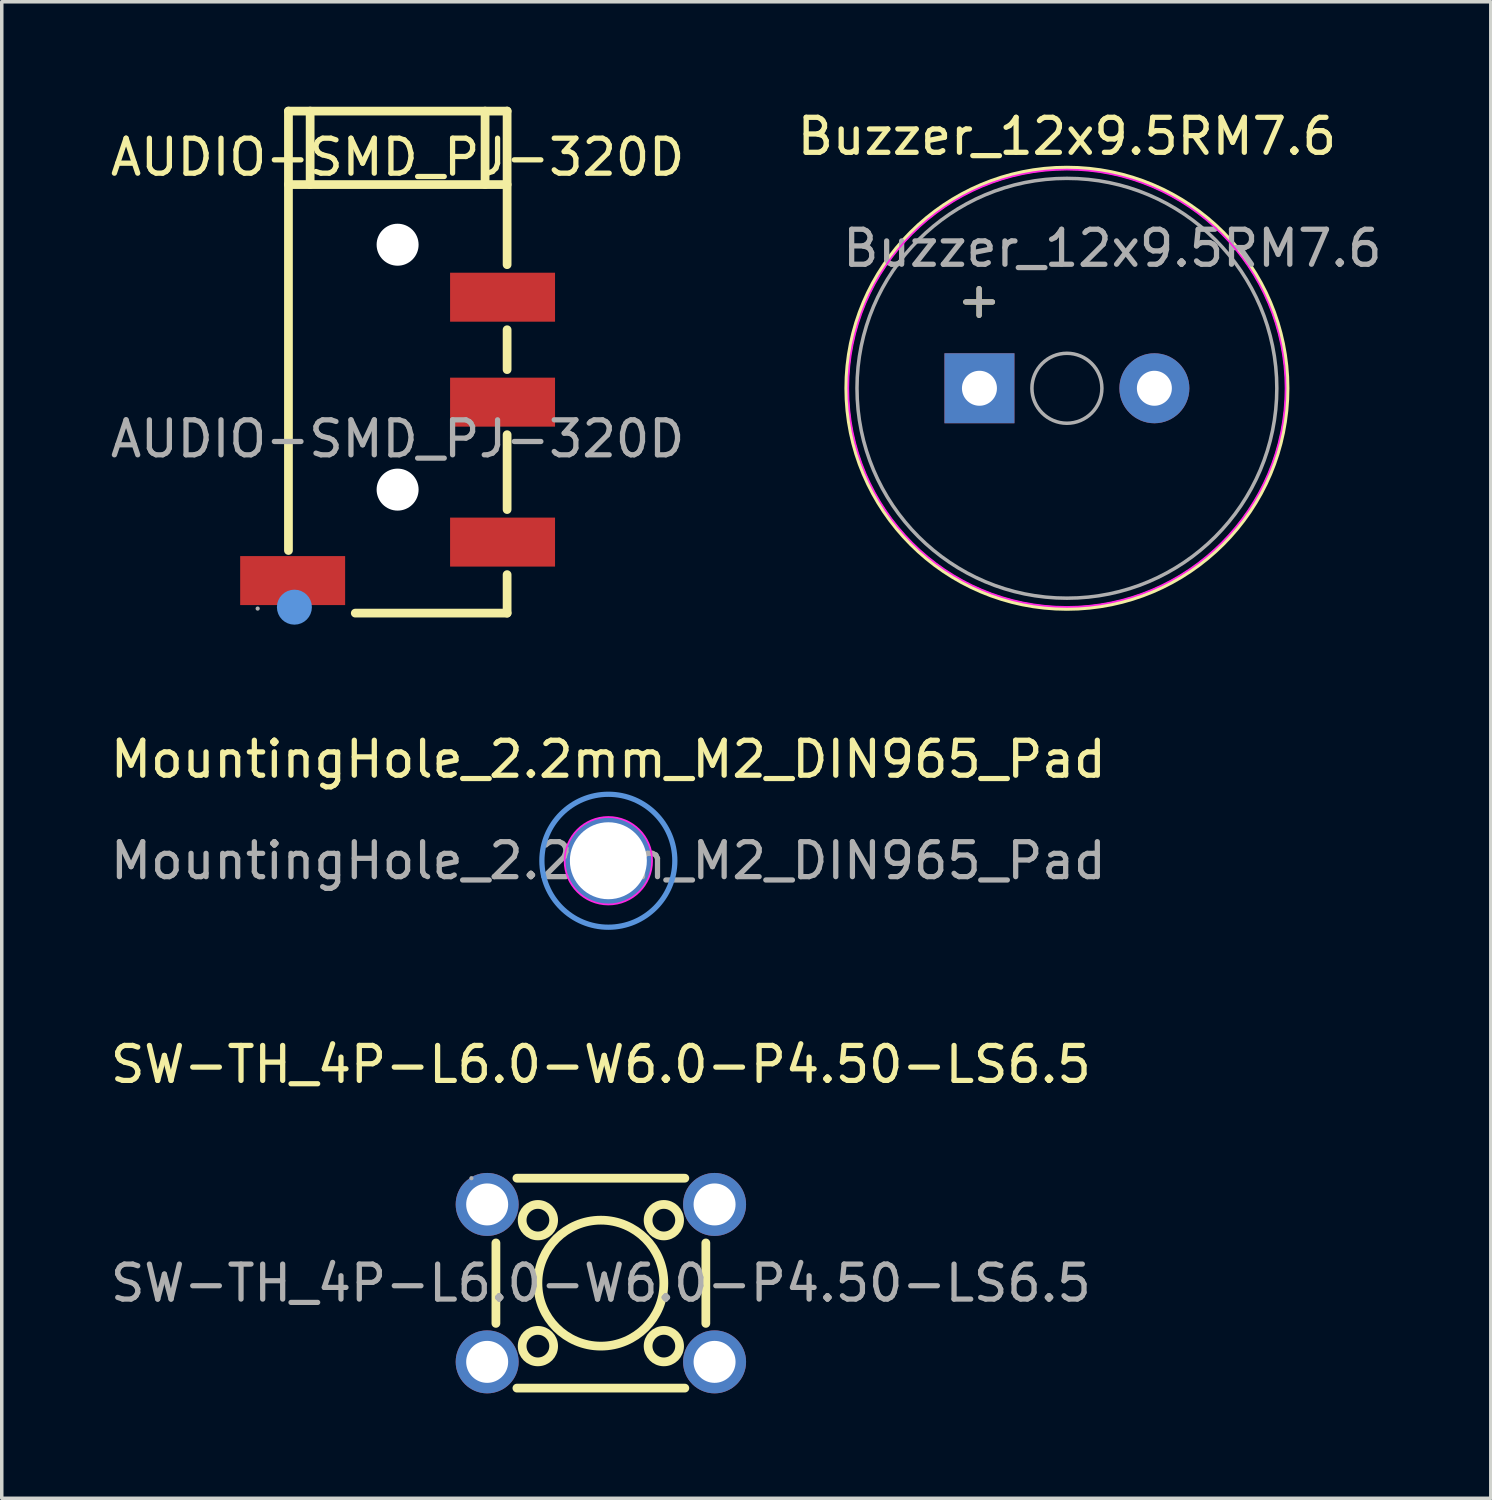
<source format=kicad_pcb>
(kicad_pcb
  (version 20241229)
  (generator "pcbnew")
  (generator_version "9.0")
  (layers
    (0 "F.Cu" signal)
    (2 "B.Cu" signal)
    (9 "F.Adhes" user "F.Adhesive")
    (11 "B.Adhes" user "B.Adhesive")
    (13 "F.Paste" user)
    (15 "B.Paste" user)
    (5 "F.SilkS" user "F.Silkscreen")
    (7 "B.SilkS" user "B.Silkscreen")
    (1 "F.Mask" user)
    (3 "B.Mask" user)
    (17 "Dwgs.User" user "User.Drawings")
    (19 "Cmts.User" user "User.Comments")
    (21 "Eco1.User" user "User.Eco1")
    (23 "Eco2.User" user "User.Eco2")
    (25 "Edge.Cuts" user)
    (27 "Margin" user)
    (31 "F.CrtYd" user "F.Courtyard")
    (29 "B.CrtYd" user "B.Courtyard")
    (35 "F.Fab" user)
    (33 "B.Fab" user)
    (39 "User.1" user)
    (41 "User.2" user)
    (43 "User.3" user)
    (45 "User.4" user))
  (footprint "AUDIO-SMD_PJ-320D"
    (layer "F.Cu")
    (at 8.315 9.495)
    (property "Reference" "AUDIO-SMD_PJ-320D" (at 0 -8.05 0) (layer "F.SilkS") (effects (font (size 1 1) (thickness 0.15))))
    (attr smd)
    (fp_line (start -3.12 -9.37) (end -3.12 3.19) (stroke (width 0.25) (type solid)) (layer "F.SilkS"))
    (fp_line (start -3.12 -9.37) (end 3.13 -9.37) (stroke (width 0.25) (type solid)) (layer "F.SilkS"))
    (fp_line (start -2.5 -9.37) (end -2.5 -7.27) (stroke (width 0.25) (type solid)) (layer "F.SilkS"))
    (fp_line (start 2.5 -7.27) (end 2.5 -9.37) (stroke (width 0.25) (type solid)) (layer "F.SilkS"))
    (fp_line (start 3.13 -9.37) (end 3.13 -4.98) (stroke (width 0.25) (type solid)) (layer "F.SilkS"))
    (fp_line (start 3.13 -7.27) (end -3.12 -7.27) (stroke (width 0.25) (type solid)) (layer "F.SilkS"))
    (fp_line (start 3.13 -3.12) (end 3.13 -1.98) (stroke (width 0.25) (type solid)) (layer "F.SilkS"))
    (fp_line (start 3.13 -0.12) (end 3.13 2.02) (stroke (width 0.25) (type solid)) (layer "F.SilkS"))
    (fp_line (start 3.13 3.88) (end 3.13 4.98) (stroke (width 0.25) (type solid)) (layer "F.SilkS"))
    (fp_line (start 3.13 4.98) (end -1.21 4.98) (stroke (width 0.25) (type solid)) (layer "F.SilkS"))
    (fp_circle (center -2.95 4.81) (end -2.7 4.81) (stroke (width 0.5) (type solid)) (fill no) (layer "Cmts.User"))
    (fp_circle (center 0 -5.55) (end 0.2 -5.55) (stroke (width 0.4) (type solid)) (fill no) (layer "Cmts.User"))
    (fp_circle (center 0 1.45) (end 0.2 1.45) (stroke (width 0.4) (type solid)) (fill no) (layer "Cmts.User"))
    (fp_circle (center -4 4.85) (end -3.97 4.85) (stroke (width 0.06) (type solid)) (fill no) (layer "F.Fab"))
    (fp_text user "${REFERENCE}" (at 0 0 0) (layer "F.Fab") (effects (font (size 1 1) (thickness 0.15))))
    (pad "" np_thru_hole circle (at 0 -5.55) (size 1.2 1.2) (drill 1.2) (layers "*.Cu" "*.Mask"))
    (pad "" np_thru_hole circle (at 0 1.45) (size 1.2 1.2) (drill 1.2) (layers "*.Cu" "*.Mask"))
    (pad "R1" smd rect (at 3 -1.05) (size 3 1.4) (layers "F.Cu" "F.Mask" "F.Paste"))
    (pad "R2" smd rect (at 3 -4.05) (size 3 1.4) (layers "F.Cu" "F.Mask" "F.Paste"))
    (pad "S" smd rect (at -3 4.05) (size 3 1.4) (layers "F.Cu" "F.Mask" "F.Paste"))
    (pad "T" smd rect (at 3 2.95) (size 3 1.4) (layers "F.Cu" "F.Mask" "F.Paste")))
  (footprint "SW-TH_4P-L6.0-W6.0-P4.50-LS6.5"
    (layer "F.Cu")
    (at 14.125 33.627)
    (property "Reference" "SW-TH_4P-L6.0-W6.0-P4.50-LS6.5" (at 0 -6.25 0) (layer "F.SilkS") (effects (font (size 1 1) (thickness 0.15))))
    (attr through_hole)
    (fp_line (start -3 1.15) (end -3 -1.15) (stroke (width 0.25) (type solid)) (layer "F.SilkS"))
    (fp_line (start -2.4 -3) (end 2.4 -3) (stroke (width 0.25) (type solid)) (layer "F.SilkS"))
    (fp_line (start 2.4 3) (end -2.4 3) (stroke (width 0.25) (type solid)) (layer "F.SilkS"))
    (fp_line (start 3 -1.15) (end 3 1.15) (stroke (width 0.25) (type solid)) (layer "F.SilkS"))
    (fp_circle (center -1.8 -1.8) (end -1.35 -1.8) (stroke (width 0.25) (type solid)) (fill no) (layer "F.SilkS"))
    (fp_circle (center -1.8 1.8) (end -1.35 1.8) (stroke (width 0.25) (type solid)) (fill no) (layer "F.SilkS"))
    (fp_circle (center 0 0) (end 1.8 0) (stroke (width 0.25) (type solid)) (fill no) (layer "F.SilkS"))
    (fp_circle (center 1.8 -1.8) (end 2.25 -1.8) (stroke (width 0.25) (type solid)) (fill no) (layer "F.SilkS"))
    (fp_circle (center 1.8 1.8) (end 2.25 1.8) (stroke (width 0.25) (type solid)) (fill no) (layer "F.SilkS"))
    (fp_circle (center -3.7 -3) (end -3.67 -3) (stroke (width 0.06) (type solid)) (fill no) (layer "F.Fab"))
    (fp_text user "${REFERENCE}" (at 0 0 0) (layer "F.Fab") (effects (font (size 1 1) (thickness 0.15))))
    (pad "1" thru_hole circle (at -3.25 -2.25) (size 1.8 1.8) (drill 1.2) (layers "*.Cu" "*.Mask"))
    (pad "2" thru_hole circle (at 3.25 -2.25) (size 1.8 1.8) (drill 1.2) (layers "*.Cu" "*.Mask"))
    (pad "3" thru_hole circle (at -3.25 2.25) (size 1.8 1.8) (drill 1.2) (layers "*.Cu" "*.Mask"))
    (pad "4" thru_hole circle (at 3.25 2.25) (size 1.8 1.8) (drill 1.2) (layers "*.Cu" "*.Mask")))
  (footprint "MountingHole_2.2mm_M2_DIN965_Pad"
    (layer "F.Cu")
    (at 14.339 21.553)
    (property "Reference" "MountingHole_2.2mm_M2_DIN965_Pad" (at 0 -2.9 0) (layer "F.SilkS") (effects (font (size 1 1) (thickness 0.15))))
    (attr exclude_from_pos_files exclude_from_bom)
    (fp_circle (center 0 0) (end 1.9 0) (stroke (width 0.15) (type solid)) (fill no) (layer "Cmts.User"))
    (fp_circle (center 0 0) (end 1.25 0) (stroke (width 0.05) (type solid)) (fill no) (layer "F.CrtYd"))
    (fp_text user "${REFERENCE}" (at 0 0 0) (layer "F.Fab") (effects (font (size 1 1) (thickness 0.15))))
    (pad "1" thru_hole circle (at 0 0) (size 2.5 2.5) (drill 2.2) (layers "*.Cu" "*.Mask")))
  (footprint "Buzzer_12x9.5RM7.6"
    (layer "F.Cu")
    (at 24.946 8.048)
    (property "Reference" "Buzzer_12x9.5RM7.6" (at 2.5 -7.2 0) (layer "F.SilkS") (effects (font (size 1 1) (thickness 0.15))))
    (attr through_hole)
    (fp_circle (center 2.5 0) (end 8.8 0) (stroke (width 0.12) (type solid)) (fill no) (layer "F.SilkS"))
    (fp_circle (center 2.5 0) (end 8.75 0) (stroke (width 0.05) (type solid)) (fill no) (layer "F.CrtYd"))
    (fp_circle (center 2.5 0) (end 3.5 0) (stroke (width 0.1) (type solid)) (fill no) (layer "F.Fab"))
    (fp_circle (center 2.5 0) (end 8.5 0) (stroke (width 0.1) (type solid)) (fill no) (layer "F.Fab"))
    (fp_text user "+" (at -0.01 -2.54 0) (layer "F.SilkS") (effects (font (size 1 1) (thickness 0.15))))
    (fp_text user "+" (at -0.01 -2.54 0) (layer "F.Fab") (effects (font (size 1 1) (thickness 0.15))))
    (fp_text user "${REFERENCE}" (at 3.8 -4 0) (layer "F.Fab") (effects (font (size 1 1) (thickness 0.15))))
    (pad "1" thru_hole rect (at 0 0) (size 2 2) (drill 1) (layers "*.Cu" "*.Mask"))
    (pad "2" thru_hole circle (at 5 0) (size 2 2) (drill 1) (layers "*.Cu" "*.Mask")))
  (gr_rect
    (start -3 -3)
    (end 39.562 39.776)
    (stroke (width 0.1) (type default))
    (fill no)
    (layer "Edge.Cuts")))
</source>
